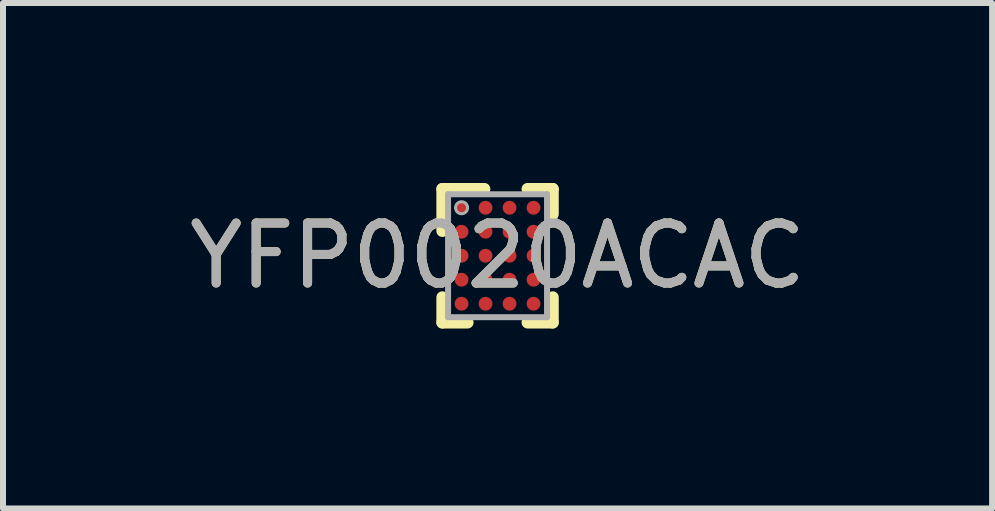
<source format=kicad_pcb>
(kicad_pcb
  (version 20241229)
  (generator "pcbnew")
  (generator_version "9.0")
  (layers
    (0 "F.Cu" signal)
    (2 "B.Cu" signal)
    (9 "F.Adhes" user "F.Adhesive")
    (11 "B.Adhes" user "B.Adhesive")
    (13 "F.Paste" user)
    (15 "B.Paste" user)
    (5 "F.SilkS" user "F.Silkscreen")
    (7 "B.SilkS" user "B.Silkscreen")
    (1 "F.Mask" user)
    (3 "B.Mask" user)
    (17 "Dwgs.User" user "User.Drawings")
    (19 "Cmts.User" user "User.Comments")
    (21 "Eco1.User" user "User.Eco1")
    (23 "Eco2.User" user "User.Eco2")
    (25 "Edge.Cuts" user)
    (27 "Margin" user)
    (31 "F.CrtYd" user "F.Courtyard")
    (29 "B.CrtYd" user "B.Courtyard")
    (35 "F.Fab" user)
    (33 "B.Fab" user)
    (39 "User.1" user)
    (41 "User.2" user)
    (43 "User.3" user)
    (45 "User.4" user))
  (footprint "YFP0020ACAC"
    (layer "F.Cu")
    (at 5.244 1.213)
    (property "Reference" "YFP0020ACAC" (at 0 0 0) (unlocked yes) (layer "F.SilkS") (effects (font (size 1 1) (thickness 0.15))))
    (attr smd)
    (fp_line (start -0.92 -1.113) (end -0.22 -1.113) (stroke (width 0.2) (type solid)) (layer "F.SilkS"))
    (fp_line (start -0.92 -0.413) (end -0.92 -1.113) (stroke (width 0.2) (type solid)) (layer "F.SilkS"))
    (fp_line (start -0.92 1.113) (end -0.92 0.693) (stroke (width 0.2) (type solid)) (layer "F.SilkS"))
    (fp_line (start -0.92 1.113) (end -0.5 1.113) (stroke (width 0.2) (type solid)) (layer "F.SilkS"))
    (fp_line (start 0.5 -1.113) (end 0.92 -1.113) (stroke (width 0.2) (type solid)) (layer "F.SilkS"))
    (fp_line (start 0.5 1.113) (end 0.92 1.113) (stroke (width 0.2) (type solid)) (layer "F.SilkS"))
    (fp_line (start 0.92 -0.693) (end 0.92 -1.113) (stroke (width 0.2) (type solid)) (layer "F.SilkS"))
    (fp_line (start 0.92 1.113) (end 0.92 0.693) (stroke (width 0.2) (type solid)) (layer "F.SilkS"))
    (fp_circle (center -0.675 -0.875) (end -0.65 -0.875) (stroke (width 0.05) (type solid)) (fill no) (layer "F.Paste"))
    (fp_circle (center -0.675 -0.725) (end -0.65 -0.725) (stroke (width 0.05) (type solid)) (fill no) (layer "F.Paste"))
    (fp_circle (center -0.675 -0.475) (end -0.65 -0.475) (stroke (width 0.05) (type solid)) (fill no) (layer "F.Paste"))
    (fp_circle (center -0.675 -0.325) (end -0.65 -0.325) (stroke (width 0.05) (type solid)) (fill no) (layer "F.Paste"))
    (fp_circle (center -0.675 -0.075) (end -0.65 -0.075) (stroke (width 0.05) (type solid)) (fill no) (layer "F.Paste"))
    (fp_circle (center -0.675 0.075) (end -0.65 0.075) (stroke (width 0.05) (type solid)) (fill no) (layer "F.Paste"))
    (fp_circle (center -0.675 0.325) (end -0.65 0.325) (stroke (width 0.05) (type solid)) (fill no) (layer "F.Paste"))
    (fp_circle (center -0.675 0.475) (end -0.65 0.475) (stroke (width 0.05) (type solid)) (fill no) (layer "F.Paste"))
    (fp_circle (center -0.675 0.725) (end -0.65 0.725) (stroke (width 0.05) (type solid)) (fill no) (layer "F.Paste"))
    (fp_circle (center -0.675 0.875) (end -0.65 0.875) (stroke (width 0.05) (type solid)) (fill no) (layer "F.Paste"))
    (fp_circle (center -0.525 -0.875) (end -0.5 -0.875) (stroke (width 0.05) (type solid)) (fill no) (layer "F.Paste"))
    (fp_circle (center -0.525 -0.725) (end -0.5 -0.725) (stroke (width 0.05) (type solid)) (fill no) (layer "F.Paste"))
    (fp_circle (center -0.525 -0.475) (end -0.5 -0.475) (stroke (width 0.05) (type solid)) (fill no) (layer "F.Paste"))
    (fp_circle (center -0.525 -0.325) (end -0.5 -0.325) (stroke (width 0.05) (type solid)) (fill no) (layer "F.Paste"))
    (fp_circle (center -0.525 -0.075) (end -0.5 -0.075) (stroke (width 0.05) (type solid)) (fill no) (layer "F.Paste"))
    (fp_circle (center -0.525 0.075) (end -0.5 0.075) (stroke (width 0.05) (type solid)) (fill no) (layer "F.Paste"))
    (fp_circle (center -0.525 0.325) (end -0.5 0.325) (stroke (width 0.05) (type solid)) (fill no) (layer "F.Paste"))
    (fp_circle (center -0.525 0.475) (end -0.5 0.475) (stroke (width 0.05) (type solid)) (fill no) (layer "F.Paste"))
    (fp_circle (center -0.525 0.725) (end -0.5 0.725) (stroke (width 0.05) (type solid)) (fill no) (layer "F.Paste"))
    (fp_circle (center -0.525 0.875) (end -0.5 0.875) (stroke (width 0.05) (type solid)) (fill no) (layer "F.Paste"))
    (fp_circle (center -0.275 -0.875) (end -0.25 -0.875) (stroke (width 0.05) (type solid)) (fill no) (layer "F.Paste"))
    (fp_circle (center -0.275 -0.725) (end -0.25 -0.725) (stroke (width 0.05) (type solid)) (fill no) (layer "F.Paste"))
    (fp_circle (center -0.275 -0.475) (end -0.25 -0.475) (stroke (width 0.05) (type solid)) (fill no) (layer "F.Paste"))
    (fp_circle (center -0.275 -0.325) (end -0.25 -0.325) (stroke (width 0.05) (type solid)) (fill no) (layer "F.Paste"))
    (fp_circle (center -0.275 -0.075) (end -0.25 -0.075) (stroke (width 0.05) (type solid)) (fill no) (layer "F.Paste"))
    (fp_circle (center -0.275 0.075) (end -0.25 0.075) (stroke (width 0.05) (type solid)) (fill no) (layer "F.Paste"))
    (fp_circle (center -0.275 0.325) (end -0.25 0.325) (stroke (width 0.05) (type solid)) (fill no) (layer "F.Paste"))
    (fp_circle (center -0.275 0.475) (end -0.25 0.475) (stroke (width 0.05) (type solid)) (fill no) (layer "F.Paste"))
    (fp_circle (center -0.275 0.725) (end -0.25 0.725) (stroke (width 0.05) (type solid)) (fill no) (layer "F.Paste"))
    (fp_circle (center -0.275 0.875) (end -0.25 0.875) (stroke (width 0.05) (type solid)) (fill no) (layer "F.Paste"))
    (fp_circle (center -0.125 -0.875) (end -0.1 -0.875) (stroke (width 0.05) (type solid)) (fill no) (layer "F.Paste"))
    (fp_circle (center -0.125 -0.725) (end -0.1 -0.725) (stroke (width 0.05) (type solid)) (fill no) (layer "F.Paste"))
    (fp_circle (center -0.125 -0.475) (end -0.1 -0.475) (stroke (width 0.05) (type solid)) (fill no) (layer "F.Paste"))
    (fp_circle (center -0.125 -0.325) (end -0.1 -0.325) (stroke (width 0.05) (type solid)) (fill no) (layer "F.Paste"))
    (fp_circle (center -0.125 -0.075) (end -0.1 -0.075) (stroke (width 0.05) (type solid)) (fill no) (layer "F.Paste"))
    (fp_circle (center -0.125 0.075) (end -0.1 0.075) (stroke (width 0.05) (type solid)) (fill no) (layer "F.Paste"))
    (fp_circle (center -0.125 0.325) (end -0.1 0.325) (stroke (width 0.05) (type solid)) (fill no) (layer "F.Paste"))
    (fp_circle (center -0.125 0.475) (end -0.1 0.475) (stroke (width 0.05) (type solid)) (fill no) (layer "F.Paste"))
    (fp_circle (center -0.125 0.725) (end -0.1 0.725) (stroke (width 0.05) (type solid)) (fill no) (layer "F.Paste"))
    (fp_circle (center -0.125 0.875) (end -0.1 0.875) (stroke (width 0.05) (type solid)) (fill no) (layer "F.Paste"))
    (fp_circle (center 0.125 -0.875) (end 0.15 -0.875) (stroke (width 0.05) (type solid)) (fill no) (layer "F.Paste"))
    (fp_circle (center 0.125 -0.725) (end 0.15 -0.725) (stroke (width 0.05) (type solid)) (fill no) (layer "F.Paste"))
    (fp_circle (center 0.125 -0.475) (end 0.15 -0.475) (stroke (width 0.05) (type solid)) (fill no) (layer "F.Paste"))
    (fp_circle (center 0.125 -0.325) (end 0.15 -0.325) (stroke (width 0.05) (type solid)) (fill no) (layer "F.Paste"))
    (fp_circle (center 0.125 -0.075) (end 0.15 -0.075) (stroke (width 0.05) (type solid)) (fill no) (layer "F.Paste"))
    (fp_circle (center 0.125 0.075) (end 0.15 0.075) (stroke (width 0.05) (type solid)) (fill no) (layer "F.Paste"))
    (fp_circle (center 0.125 0.325) (end 0.15 0.325) (stroke (width 0.05) (type solid)) (fill no) (layer "F.Paste"))
    (fp_circle (center 0.125 0.475) (end 0.15 0.475) (stroke (width 0.05) (type solid)) (fill no) (layer "F.Paste"))
    (fp_circle (center 0.125 0.725) (end 0.15 0.725) (stroke (width 0.05) (type solid)) (fill no) (layer "F.Paste"))
    (fp_circle (center 0.125 0.875) (end 0.15 0.875) (stroke (width 0.05) (type solid)) (fill no) (layer "F.Paste"))
    (fp_circle (center 0.275 -0.875) (end 0.3 -0.875) (stroke (width 0.05) (type solid)) (fill no) (layer "F.Paste"))
    (fp_circle (center 0.275 -0.725) (end 0.3 -0.725) (stroke (width 0.05) (type solid)) (fill no) (layer "F.Paste"))
    (fp_circle (center 0.275 -0.475) (end 0.3 -0.475) (stroke (width 0.05) (type solid)) (fill no) (layer "F.Paste"))
    (fp_circle (center 0.275 -0.325) (end 0.3 -0.325) (stroke (width 0.05) (type solid)) (fill no) (layer "F.Paste"))
    (fp_circle (center 0.275 -0.075) (end 0.3 -0.075) (stroke (width 0.05) (type solid)) (fill no) (layer "F.Paste"))
    (fp_circle (center 0.275 0.075) (end 0.3 0.075) (stroke (width 0.05) (type solid)) (fill no) (layer "F.Paste"))
    (fp_circle (center 0.275 0.325) (end 0.3 0.325) (stroke (width 0.05) (type solid)) (fill no) (layer "F.Paste"))
    (fp_circle (center 0.275 0.475) (end 0.3 0.475) (stroke (width 0.05) (type solid)) (fill no) (layer "F.Paste"))
    (fp_circle (center 0.275 0.725) (end 0.3 0.725) (stroke (width 0.05) (type solid)) (fill no) (layer "F.Paste"))
    (fp_circle (center 0.275 0.875) (end 0.3 0.875) (stroke (width 0.05) (type solid)) (fill no) (layer "F.Paste"))
    (fp_circle (center 0.525 -0.875) (end 0.55 -0.875) (stroke (width 0.05) (type solid)) (fill no) (layer "F.Paste"))
    (fp_circle (center 0.525 -0.725) (end 0.55 -0.725) (stroke (width 0.05) (type solid)) (fill no) (layer "F.Paste"))
    (fp_circle (center 0.525 -0.475) (end 0.55 -0.475) (stroke (width 0.05) (type solid)) (fill no) (layer "F.Paste"))
    (fp_circle (center 0.525 -0.325) (end 0.55 -0.325) (stroke (width 0.05) (type solid)) (fill no) (layer "F.Paste"))
    (fp_circle (center 0.525 -0.075) (end 0.55 -0.075) (stroke (width 0.05) (type solid)) (fill no) (layer "F.Paste"))
    (fp_circle (center 0.525 0.075) (end 0.55 0.075) (stroke (width 0.05) (type solid)) (fill no) (layer "F.Paste"))
    (fp_circle (center 0.525 0.325) (end 0.55 0.325) (stroke (width 0.05) (type solid)) (fill no) (layer "F.Paste"))
    (fp_circle (center 0.525 0.475) (end 0.55 0.475) (stroke (width 0.05) (type solid)) (fill no) (layer "F.Paste"))
    (fp_circle (center 0.525 0.725) (end 0.55 0.725) (stroke (width 0.05) (type solid)) (fill no) (layer "F.Paste"))
    (fp_circle (center 0.525 0.875) (end 0.55 0.875) (stroke (width 0.05) (type solid)) (fill no) (layer "F.Paste"))
    (fp_circle (center 0.675 -0.875) (end 0.7 -0.875) (stroke (width 0.05) (type solid)) (fill no) (layer "F.Paste"))
    (fp_circle (center 0.675 -0.725) (end 0.7 -0.725) (stroke (width 0.05) (type solid)) (fill no) (layer "F.Paste"))
    (fp_circle (center 0.675 -0.475) (end 0.7 -0.475) (stroke (width 0.05) (type solid)) (fill no) (layer "F.Paste"))
    (fp_circle (center 0.675 -0.325) (end 0.7 -0.325) (stroke (width 0.05) (type solid)) (fill no) (layer "F.Paste"))
    (fp_circle (center 0.675 -0.075) (end 0.7 -0.075) (stroke (width 0.05) (type solid)) (fill no) (layer "F.Paste"))
    (fp_circle (center 0.675 0.075) (end 0.7 0.075) (stroke (width 0.05) (type solid)) (fill no) (layer "F.Paste"))
    (fp_circle (center 0.675 0.325) (end 0.7 0.325) (stroke (width 0.05) (type solid)) (fill no) (layer "F.Paste"))
    (fp_circle (center 0.675 0.475) (end 0.7 0.475) (stroke (width 0.05) (type solid)) (fill no) (layer "F.Paste"))
    (fp_circle (center 0.675 0.725) (end 0.7 0.725) (stroke (width 0.05) (type solid)) (fill no) (layer "F.Paste"))
    (fp_circle (center 0.675 0.875) (end 0.7 0.875) (stroke (width 0.05) (type solid)) (fill no) (layer "F.Paste"))
    (fp_poly (pts (xy -0.725 -0.875) (xy -0.725 -0.725) (xy -0.675 -0.725) (xy -0.675 -0.875)) (stroke (width 0) (type solid)) (fill yes) (layer "F.Paste"))
    (fp_poly (pts (xy -0.725 -0.475) (xy -0.725 -0.325) (xy -0.675 -0.325) (xy -0.675 -0.475)) (stroke (width 0) (type solid)) (fill yes) (layer "F.Paste"))
    (fp_poly (pts (xy -0.725 -0.075) (xy -0.725 0.075) (xy -0.675 0.075) (xy -0.675 -0.075)) (stroke (width 0) (type solid)) (fill yes) (layer "F.Paste"))
    (fp_poly (pts (xy -0.725 0.325) (xy -0.725 0.475) (xy -0.675 0.475) (xy -0.675 0.325)) (stroke (width 0) (type solid)) (fill yes) (layer "F.Paste"))
    (fp_poly (pts (xy -0.725 0.725) (xy -0.725 0.875) (xy -0.675 0.875) (xy -0.675 0.725)) (stroke (width 0) (type solid)) (fill yes) (layer "F.Paste"))
    (fp_poly (pts (xy -0.675 -0.875) (xy -0.675 -0.725) (xy -0.525 -0.725) (xy -0.525 -0.875)) (stroke (width 0) (type solid)) (fill yes) (layer "F.Paste"))
    (fp_poly (pts (xy -0.675 -0.675) (xy -0.525 -0.675) (xy -0.525 -0.725) (xy -0.675 -0.725)) (stroke (width 0) (type solid)) (fill yes) (layer "F.Paste"))
    (fp_poly (pts (xy -0.675 -0.475) (xy -0.675 -0.325) (xy -0.525 -0.325) (xy -0.525 -0.475)) (stroke (width 0) (type solid)) (fill yes) (layer "F.Paste"))
    (fp_poly (pts (xy -0.675 -0.275) (xy -0.525 -0.275) (xy -0.525 -0.325) (xy -0.675 -0.325)) (stroke (width 0) (type solid)) (fill yes) (layer "F.Paste"))
    (fp_poly (pts (xy -0.675 -0.075) (xy -0.675 0.075) (xy -0.525 0.075) (xy -0.525 -0.075)) (stroke (width 0) (type solid)) (fill yes) (layer "F.Paste"))
    (fp_poly (pts (xy -0.675 0.125) (xy -0.525 0.125) (xy -0.525 0.075) (xy -0.675 0.075)) (stroke (width 0) (type solid)) (fill yes) (layer "F.Paste"))
    (fp_poly (pts (xy -0.675 0.325) (xy -0.675 0.475) (xy -0.525 0.475) (xy -0.525 0.325)) (stroke (width 0) (type solid)) (fill yes) (layer "F.Paste"))
    (fp_poly (pts (xy -0.675 0.525) (xy -0.525 0.525) (xy -0.525 0.475) (xy -0.675 0.475)) (stroke (width 0) (type solid)) (fill yes) (layer "F.Paste"))
    (fp_poly (pts (xy -0.675 0.725) (xy -0.675 0.875) (xy -0.525 0.875) (xy -0.525 0.725)) (stroke (width 0) (type solid)) (fill yes) (layer "F.Paste"))
    (fp_poly (pts (xy -0.675 0.925) (xy -0.525 0.925) (xy -0.525 0.875) (xy -0.675 0.875)) (stroke (width 0) (type solid)) (fill yes) (layer "F.Paste"))
    (fp_poly (pts (xy -0.525 -0.925) (xy -0.675 -0.925) (xy -0.675 -0.875) (xy -0.525 -0.875)) (stroke (width 0) (type solid)) (fill yes) (layer "F.Paste"))
    (fp_poly (pts (xy -0.525 -0.525) (xy -0.675 -0.525) (xy -0.675 -0.475) (xy -0.525 -0.475)) (stroke (width 0) (type solid)) (fill yes) (layer "F.Paste"))
    (fp_poly (pts (xy -0.525 -0.125) (xy -0.675 -0.125) (xy -0.675 -0.075) (xy -0.525 -0.075)) (stroke (width 0) (type solid)) (fill yes) (layer "F.Paste"))
    (fp_poly (pts (xy -0.525 0.275) (xy -0.675 0.275) (xy -0.675 0.325) (xy -0.525 0.325)) (stroke (width 0) (type solid)) (fill yes) (layer "F.Paste"))
    (fp_poly (pts (xy -0.525 0.675) (xy -0.675 0.675) (xy -0.675 0.725) (xy -0.525 0.725)) (stroke (width 0) (type solid)) (fill yes) (layer "F.Paste"))
    (fp_poly (pts (xy -0.475 -0.725) (xy -0.475 -0.875) (xy -0.525 -0.875) (xy -0.525 -0.725)) (stroke (width 0) (type solid)) (fill yes) (layer "F.Paste"))
    (fp_poly (pts (xy -0.475 -0.325) (xy -0.475 -0.475) (xy -0.525 -0.475) (xy -0.525 -0.325)) (stroke (width 0) (type solid)) (fill yes) (layer "F.Paste"))
    (fp_poly (pts (xy -0.475 0.075) (xy -0.475 -0.075) (xy -0.525 -0.075) (xy -0.525 0.075)) (stroke (width 0) (type solid)) (fill yes) (layer "F.Paste"))
    (fp_poly (pts (xy -0.475 0.475) (xy -0.475 0.325) (xy -0.525 0.325) (xy -0.525 0.475)) (stroke (width 0) (type solid)) (fill yes) (layer "F.Paste"))
    (fp_poly (pts (xy -0.475 0.875) (xy -0.475 0.725) (xy -0.525 0.725) (xy -0.525 0.875)) (stroke (width 0) (type solid)) (fill yes) (layer "F.Paste"))
    (fp_poly (pts (xy -0.325 -0.875) (xy -0.325 -0.725) (xy -0.275 -0.725) (xy -0.275 -0.875)) (stroke (width 0) (type solid)) (fill yes) (layer "F.Paste"))
    (fp_poly (pts (xy -0.325 -0.475) (xy -0.325 -0.325) (xy -0.275 -0.325) (xy -0.275 -0.475)) (stroke (width 0) (type solid)) (fill yes) (layer "F.Paste"))
    (fp_poly (pts (xy -0.325 -0.075) (xy -0.325 0.075) (xy -0.275 0.075) (xy -0.275 -0.075)) (stroke (width 0) (type solid)) (fill yes) (layer "F.Paste"))
    (fp_poly (pts (xy -0.325 0.325) (xy -0.325 0.475) (xy -0.275 0.475) (xy -0.275 0.325)) (stroke (width 0) (type solid)) (fill yes) (layer "F.Paste"))
    (fp_poly (pts (xy -0.325 0.725) (xy -0.325 0.875) (xy -0.275 0.875) (xy -0.275 0.725)) (stroke (width 0) (type solid)) (fill yes) (layer "F.Paste"))
    (fp_poly (pts (xy -0.275 -0.875) (xy -0.275 -0.725) (xy -0.125 -0.725) (xy -0.125 -0.875)) (stroke (width 0) (type solid)) (fill yes) (layer "F.Paste"))
    (fp_poly (pts (xy -0.275 -0.675) (xy -0.125 -0.675) (xy -0.125 -0.725) (xy -0.275 -0.725)) (stroke (width 0) (type solid)) (fill yes) (layer "F.Paste"))
    (fp_poly (pts (xy -0.275 -0.475) (xy -0.275 -0.325) (xy -0.125 -0.325) (xy -0.125 -0.475)) (stroke (width 0) (type solid)) (fill yes) (layer "F.Paste"))
    (fp_poly (pts (xy -0.275 -0.275) (xy -0.125 -0.275) (xy -0.125 -0.325) (xy -0.275 -0.325)) (stroke (width 0) (type solid)) (fill yes) (layer "F.Paste"))
    (fp_poly (pts (xy -0.275 -0.075) (xy -0.275 0.075) (xy -0.125 0.075) (xy -0.125 -0.075)) (stroke (width 0) (type solid)) (fill yes) (layer "F.Paste"))
    (fp_poly (pts (xy -0.275 0.125) (xy -0.125 0.125) (xy -0.125 0.075) (xy -0.275 0.075)) (stroke (width 0) (type solid)) (fill yes) (layer "F.Paste"))
    (fp_poly (pts (xy -0.275 0.325) (xy -0.275 0.475) (xy -0.125 0.475) (xy -0.125 0.325)) (stroke (width 0) (type solid)) (fill yes) (layer "F.Paste"))
    (fp_poly (pts (xy -0.275 0.525) (xy -0.125 0.525) (xy -0.125 0.475) (xy -0.275 0.475)) (stroke (width 0) (type solid)) (fill yes) (layer "F.Paste"))
    (fp_poly (pts (xy -0.275 0.725) (xy -0.275 0.875) (xy -0.125 0.875) (xy -0.125 0.725)) (stroke (width 0) (type solid)) (fill yes) (layer "F.Paste"))
    (fp_poly (pts (xy -0.275 0.925) (xy -0.125 0.925) (xy -0.125 0.875) (xy -0.275 0.875)) (stroke (width 0) (type solid)) (fill yes) (layer "F.Paste"))
    (fp_poly (pts (xy -0.125 -0.925) (xy -0.275 -0.925) (xy -0.275 -0.875) (xy -0.125 -0.875)) (stroke (width 0) (type solid)) (fill yes) (layer "F.Paste"))
    (fp_poly (pts (xy -0.125 -0.525) (xy -0.275 -0.525) (xy -0.275 -0.475) (xy -0.125 -0.475)) (stroke (width 0) (type solid)) (fill yes) (layer "F.Paste"))
    (fp_poly (pts (xy -0.125 -0.125) (xy -0.275 -0.125) (xy -0.275 -0.075) (xy -0.125 -0.075)) (stroke (width 0) (type solid)) (fill yes) (layer "F.Paste"))
    (fp_poly (pts (xy -0.125 0.275) (xy -0.275 0.275) (xy -0.275 0.325) (xy -0.125 0.325)) (stroke (width 0) (type solid)) (fill yes) (layer "F.Paste"))
    (fp_poly (pts (xy -0.125 0.675) (xy -0.275 0.675) (xy -0.275 0.725) (xy -0.125 0.725)) (stroke (width 0) (type solid)) (fill yes) (layer "F.Paste"))
    (fp_poly (pts (xy -0.075 -0.725) (xy -0.075 -0.875) (xy -0.125 -0.875) (xy -0.125 -0.725)) (stroke (width 0) (type solid)) (fill yes) (layer "F.Paste"))
    (fp_poly (pts (xy -0.075 -0.325) (xy -0.075 -0.475) (xy -0.125 -0.475) (xy -0.125 -0.325)) (stroke (width 0) (type solid)) (fill yes) (layer "F.Paste"))
    (fp_poly (pts (xy -0.075 0.075) (xy -0.075 -0.075) (xy -0.125 -0.075) (xy -0.125 0.075)) (stroke (width 0) (type solid)) (fill yes) (layer "F.Paste"))
    (fp_poly (pts (xy -0.075 0.475) (xy -0.075 0.325) (xy -0.125 0.325) (xy -0.125 0.475)) (stroke (width 0) (type solid)) (fill yes) (layer "F.Paste"))
    (fp_poly (pts (xy -0.075 0.875) (xy -0.075 0.725) (xy -0.125 0.725) (xy -0.125 0.875)) (stroke (width 0) (type solid)) (fill yes) (layer "F.Paste"))
    (fp_poly (pts (xy 0.075 -0.875) (xy 0.075 -0.725) (xy 0.125 -0.725) (xy 0.125 -0.875)) (stroke (width 0) (type solid)) (fill yes) (layer "F.Paste"))
    (fp_poly (pts (xy 0.075 -0.475) (xy 0.075 -0.325) (xy 0.125 -0.325) (xy 0.125 -0.475)) (stroke (width 0) (type solid)) (fill yes) (layer "F.Paste"))
    (fp_poly (pts (xy 0.075 -0.075) (xy 0.075 0.075) (xy 0.125 0.075) (xy 0.125 -0.075)) (stroke (width 0) (type solid)) (fill yes) (layer "F.Paste"))
    (fp_poly (pts (xy 0.075 0.325) (xy 0.075 0.475) (xy 0.125 0.475) (xy 0.125 0.325)) (stroke (width 0) (type solid)) (fill yes) (layer "F.Paste"))
    (fp_poly (pts (xy 0.075 0.725) (xy 0.075 0.875) (xy 0.125 0.875) (xy 0.125 0.725)) (stroke (width 0) (type solid)) (fill yes) (layer "F.Paste"))
    (fp_poly (pts (xy 0.125 -0.875) (xy 0.125 -0.725) (xy 0.275 -0.725) (xy 0.275 -0.875)) (stroke (width 0) (type solid)) (fill yes) (layer "F.Paste"))
    (fp_poly (pts (xy 0.125 -0.675) (xy 0.275 -0.675) (xy 0.275 -0.725) (xy 0.125 -0.725)) (stroke (width 0) (type solid)) (fill yes) (layer "F.Paste"))
    (fp_poly (pts (xy 0.125 -0.475) (xy 0.125 -0.325) (xy 0.275 -0.325) (xy 0.275 -0.475)) (stroke (width 0) (type solid)) (fill yes) (layer "F.Paste"))
    (fp_poly (pts (xy 0.125 -0.275) (xy 0.275 -0.275) (xy 0.275 -0.325) (xy 0.125 -0.325)) (stroke (width 0) (type solid)) (fill yes) (layer "F.Paste"))
    (fp_poly (pts (xy 0.125 -0.075) (xy 0.125 0.075) (xy 0.275 0.075) (xy 0.275 -0.075)) (stroke (width 0) (type solid)) (fill yes) (layer "F.Paste"))
    (fp_poly (pts (xy 0.125 0.125) (xy 0.275 0.125) (xy 0.275 0.075) (xy 0.125 0.075)) (stroke (width 0) (type solid)) (fill yes) (layer "F.Paste"))
    (fp_poly (pts (xy 0.125 0.325) (xy 0.125 0.475) (xy 0.275 0.475) (xy 0.275 0.325)) (stroke (width 0) (type solid)) (fill yes) (layer "F.Paste"))
    (fp_poly (pts (xy 0.125 0.525) (xy 0.275 0.525) (xy 0.275 0.475) (xy 0.125 0.475)) (stroke (width 0) (type solid)) (fill yes) (layer "F.Paste"))
    (fp_poly (pts (xy 0.125 0.725) (xy 0.125 0.875) (xy 0.275 0.875) (xy 0.275 0.725)) (stroke (width 0) (type solid)) (fill yes) (layer "F.Paste"))
    (fp_poly (pts (xy 0.125 0.925) (xy 0.275 0.925) (xy 0.275 0.875) (xy 0.125 0.875)) (stroke (width 0) (type solid)) (fill yes) (layer "F.Paste"))
    (fp_poly (pts (xy 0.275 -0.925) (xy 0.125 -0.925) (xy 0.125 -0.875) (xy 0.275 -0.875)) (stroke (width 0) (type solid)) (fill yes) (layer "F.Paste"))
    (fp_poly (pts (xy 0.275 -0.525) (xy 0.125 -0.525) (xy 0.125 -0.475) (xy 0.275 -0.475)) (stroke (width 0) (type solid)) (fill yes) (layer "F.Paste"))
    (fp_poly (pts (xy 0.275 -0.125) (xy 0.125 -0.125) (xy 0.125 -0.075) (xy 0.275 -0.075)) (stroke (width 0) (type solid)) (fill yes) (layer "F.Paste"))
    (fp_poly (pts (xy 0.275 0.275) (xy 0.125 0.275) (xy 0.125 0.325) (xy 0.275 0.325)) (stroke (width 0) (type solid)) (fill yes) (layer "F.Paste"))
    (fp_poly (pts (xy 0.275 0.675) (xy 0.125 0.675) (xy 0.125 0.725) (xy 0.275 0.725)) (stroke (width 0) (type solid)) (fill yes) (layer "F.Paste"))
    (fp_poly (pts (xy 0.325 -0.725) (xy 0.325 -0.875) (xy 0.275 -0.875) (xy 0.275 -0.725)) (stroke (width 0) (type solid)) (fill yes) (layer "F.Paste"))
    (fp_poly (pts (xy 0.325 -0.325) (xy 0.325 -0.475) (xy 0.275 -0.475) (xy 0.275 -0.325)) (stroke (width 0) (type solid)) (fill yes) (layer "F.Paste"))
    (fp_poly (pts (xy 0.325 0.075) (xy 0.325 -0.075) (xy 0.275 -0.075) (xy 0.275 0.075)) (stroke (width 0) (type solid)) (fill yes) (layer "F.Paste"))
    (fp_poly (pts (xy 0.325 0.475) (xy 0.325 0.325) (xy 0.275 0.325) (xy 0.275 0.475)) (stroke (width 0) (type solid)) (fill yes) (layer "F.Paste"))
    (fp_poly (pts (xy 0.325 0.875) (xy 0.325 0.725) (xy 0.275 0.725) (xy 0.275 0.875)) (stroke (width 0) (type solid)) (fill yes) (layer "F.Paste"))
    (fp_poly (pts (xy 0.475 -0.875) (xy 0.475 -0.725) (xy 0.525 -0.725) (xy 0.525 -0.875)) (stroke (width 0) (type solid)) (fill yes) (layer "F.Paste"))
    (fp_poly (pts (xy 0.475 -0.475) (xy 0.475 -0.325) (xy 0.525 -0.325) (xy 0.525 -0.475)) (stroke (width 0) (type solid)) (fill yes) (layer "F.Paste"))
    (fp_poly (pts (xy 0.475 -0.075) (xy 0.475 0.075) (xy 0.525 0.075) (xy 0.525 -0.075)) (stroke (width 0) (type solid)) (fill yes) (layer "F.Paste"))
    (fp_poly (pts (xy 0.475 0.325) (xy 0.475 0.475) (xy 0.525 0.475) (xy 0.525 0.325)) (stroke (width 0) (type solid)) (fill yes) (layer "F.Paste"))
    (fp_poly (pts (xy 0.475 0.725) (xy 0.475 0.875) (xy 0.525 0.875) (xy 0.525 0.725)) (stroke (width 0) (type solid)) (fill yes) (layer "F.Paste"))
    (fp_poly (pts (xy 0.525 -0.875) (xy 0.525 -0.725) (xy 0.675 -0.725) (xy 0.675 -0.875)) (stroke (width 0) (type solid)) (fill yes) (layer "F.Paste"))
    (fp_poly (pts (xy 0.525 -0.675) (xy 0.675 -0.675) (xy 0.675 -0.725) (xy 0.525 -0.725)) (stroke (width 0) (type solid)) (fill yes) (layer "F.Paste"))
    (fp_poly (pts (xy 0.525 -0.475) (xy 0.525 -0.325) (xy 0.675 -0.325) (xy 0.675 -0.475)) (stroke (width 0) (type solid)) (fill yes) (layer "F.Paste"))
    (fp_poly (pts (xy 0.525 -0.275) (xy 0.675 -0.275) (xy 0.675 -0.325) (xy 0.525 -0.325)) (stroke (width 0) (type solid)) (fill yes) (layer "F.Paste"))
    (fp_poly (pts (xy 0.525 -0.075) (xy 0.525 0.075) (xy 0.675 0.075) (xy 0.675 -0.075)) (stroke (width 0) (type solid)) (fill yes) (layer "F.Paste"))
    (fp_poly (pts (xy 0.525 0.125) (xy 0.675 0.125) (xy 0.675 0.075) (xy 0.525 0.075)) (stroke (width 0) (type solid)) (fill yes) (layer "F.Paste"))
    (fp_poly (pts (xy 0.525 0.325) (xy 0.525 0.475) (xy 0.675 0.475) (xy 0.675 0.325)) (stroke (width 0) (type solid)) (fill yes) (layer "F.Paste"))
    (fp_poly (pts (xy 0.525 0.525) (xy 0.675 0.525) (xy 0.675 0.475) (xy 0.525 0.475)) (stroke (width 0) (type solid)) (fill yes) (layer "F.Paste"))
    (fp_poly (pts (xy 0.525 0.725) (xy 0.525 0.875) (xy 0.675 0.875) (xy 0.675 0.725)) (stroke (width 0) (type solid)) (fill yes) (layer "F.Paste"))
    (fp_poly (pts (xy 0.525 0.925) (xy 0.675 0.925) (xy 0.675 0.875) (xy 0.525 0.875)) (stroke (width 0) (type solid)) (fill yes) (layer "F.Paste"))
    (fp_poly (pts (xy 0.675 -0.925) (xy 0.525 -0.925) (xy 0.525 -0.875) (xy 0.675 -0.875)) (stroke (width 0) (type solid)) (fill yes) (layer "F.Paste"))
    (fp_poly (pts (xy 0.675 -0.525) (xy 0.525 -0.525) (xy 0.525 -0.475) (xy 0.675 -0.475)) (stroke (width 0) (type solid)) (fill yes) (layer "F.Paste"))
    (fp_poly (pts (xy 0.675 -0.125) (xy 0.525 -0.125) (xy 0.525 -0.075) (xy 0.675 -0.075)) (stroke (width 0) (type solid)) (fill yes) (layer "F.Paste"))
    (fp_poly (pts (xy 0.675 0.275) (xy 0.525 0.275) (xy 0.525 0.325) (xy 0.675 0.325)) (stroke (width 0) (type solid)) (fill yes) (layer "F.Paste"))
    (fp_poly (pts (xy 0.675 0.675) (xy 0.525 0.675) (xy 0.525 0.725) (xy 0.675 0.725)) (stroke (width 0) (type solid)) (fill yes) (layer "F.Paste"))
    (fp_poly (pts (xy 0.725 -0.725) (xy 0.725 -0.875) (xy 0.675 -0.875) (xy 0.675 -0.725)) (stroke (width 0) (type solid)) (fill yes) (layer "F.Paste"))
    (fp_poly (pts (xy 0.725 -0.325) (xy 0.725 -0.475) (xy 0.675 -0.475) (xy 0.675 -0.325)) (stroke (width 0) (type solid)) (fill yes) (layer "F.Paste"))
    (fp_poly (pts (xy 0.725 0.075) (xy 0.725 -0.075) (xy 0.675 -0.075) (xy 0.675 0.075)) (stroke (width 0) (type solid)) (fill yes) (layer "F.Paste"))
    (fp_poly (pts (xy 0.725 0.475) (xy 0.725 0.325) (xy 0.675 0.325) (xy 0.675 0.475)) (stroke (width 0) (type solid)) (fill yes) (layer "F.Paste"))
    (fp_poly (pts (xy 0.725 0.875) (xy 0.725 0.725) (xy 0.675 0.725) (xy 0.675 0.875)) (stroke (width 0) (type solid)) (fill yes) (layer "F.Paste"))
    (fp_line (start -0.825 -1.025) (end 0.825 -1.025) (stroke (width 0.1) (type solid)) (layer "F.Fab"))
    (fp_line (start -0.825 1.025) (end -0.825 -1.025) (stroke (width 0.1) (type solid)) (layer "F.Fab"))
    (fp_line (start -0.825 1.025) (end 0.825 1.025) (stroke (width 0.1) (type solid)) (layer "F.Fab"))
    (fp_line (start 0.825 1.025) (end 0.825 -1.025) (stroke (width 0.1) (type solid)) (layer "F.Fab"))
    (fp_circle (center -0.6 -0.8) (end -0.5 -0.8) (stroke (width 0.05) (type solid)) (fill no) (layer "F.Fab"))
    (fp_text user "${REFERENCE}" (at 0 0 0) (unlocked yes) (layer "F.Fab") (effects (font (size 1 1) (thickness 0.15))))
    (pad "1" smd circle (at -0.6 -0.8) (size 0.23 0.23) (layers "F.Cu" "F.Mask"))
    (pad "2" smd circle (at -0.2 -0.8) (size 0.23 0.23) (layers "F.Cu" "F.Mask"))
    (pad "3" smd circle (at 0.2 -0.8) (size 0.23 0.23) (layers "F.Cu" "F.Mask"))
    (pad "4" smd circle (at 0.6 -0.8) (size 0.23 0.23) (layers "F.Cu" "F.Mask"))
    (pad "5" smd circle (at -0.6 -0.4) (size 0.23 0.23) (layers "F.Cu" "F.Mask"))
    (pad "6" smd circle (at -0.2 -0.4) (size 0.23 0.23) (layers "F.Cu" "F.Mask"))
    (pad "7" smd circle (at 0.2 -0.4) (size 0.23 0.23) (layers "F.Cu" "F.Mask"))
    (pad "8" smd circle (at 0.6 -0.4) (size 0.23 0.23) (layers "F.Cu" "F.Mask"))
    (pad "9" smd circle (at -0.6 0) (size 0.23 0.23) (layers "F.Cu" "F.Mask"))
    (pad "10" smd circle (at -0.2 0) (size 0.23 0.23) (layers "F.Cu" "F.Mask"))
    (pad "11" smd circle (at 0.2 0) (size 0.23 0.23) (layers "F.Cu" "F.Mask"))
    (pad "12" smd circle (at 0.6 0) (size 0.23 0.23) (layers "F.Cu" "F.Mask"))
    (pad "13" smd circle (at -0.6 0.4) (size 0.23 0.23) (layers "F.Cu" "F.Mask"))
    (pad "14" smd circle (at -0.2 0.4) (size 0.23 0.23) (layers "F.Cu" "F.Mask"))
    (pad "15" smd circle (at 0.2 0.4) (size 0.23 0.23) (layers "F.Cu" "F.Mask"))
    (pad "16" smd circle (at 0.6 0.4) (size 0.23 0.23) (layers "F.Cu" "F.Mask"))
    (pad "17" smd circle (at -0.6 0.8) (size 0.23 0.23) (layers "F.Cu" "F.Mask"))
    (pad "18" smd circle (at -0.2 0.8) (size 0.23 0.23) (layers "F.Cu" "F.Mask"))
    (pad "19" smd circle (at 0.2 0.8) (size 0.23 0.23) (layers "F.Cu" "F.Mask"))
    (pad "20" smd circle (at 0.6 0.8) (size 0.23 0.23) (layers "F.Cu" "F.Mask")))
  (gr_rect
    (start -3 -3)
    (end 13.488 5.426)
    (stroke (width 0.1) (type default))
    (fill no)
    (layer "Edge.Cuts")))
</source>
